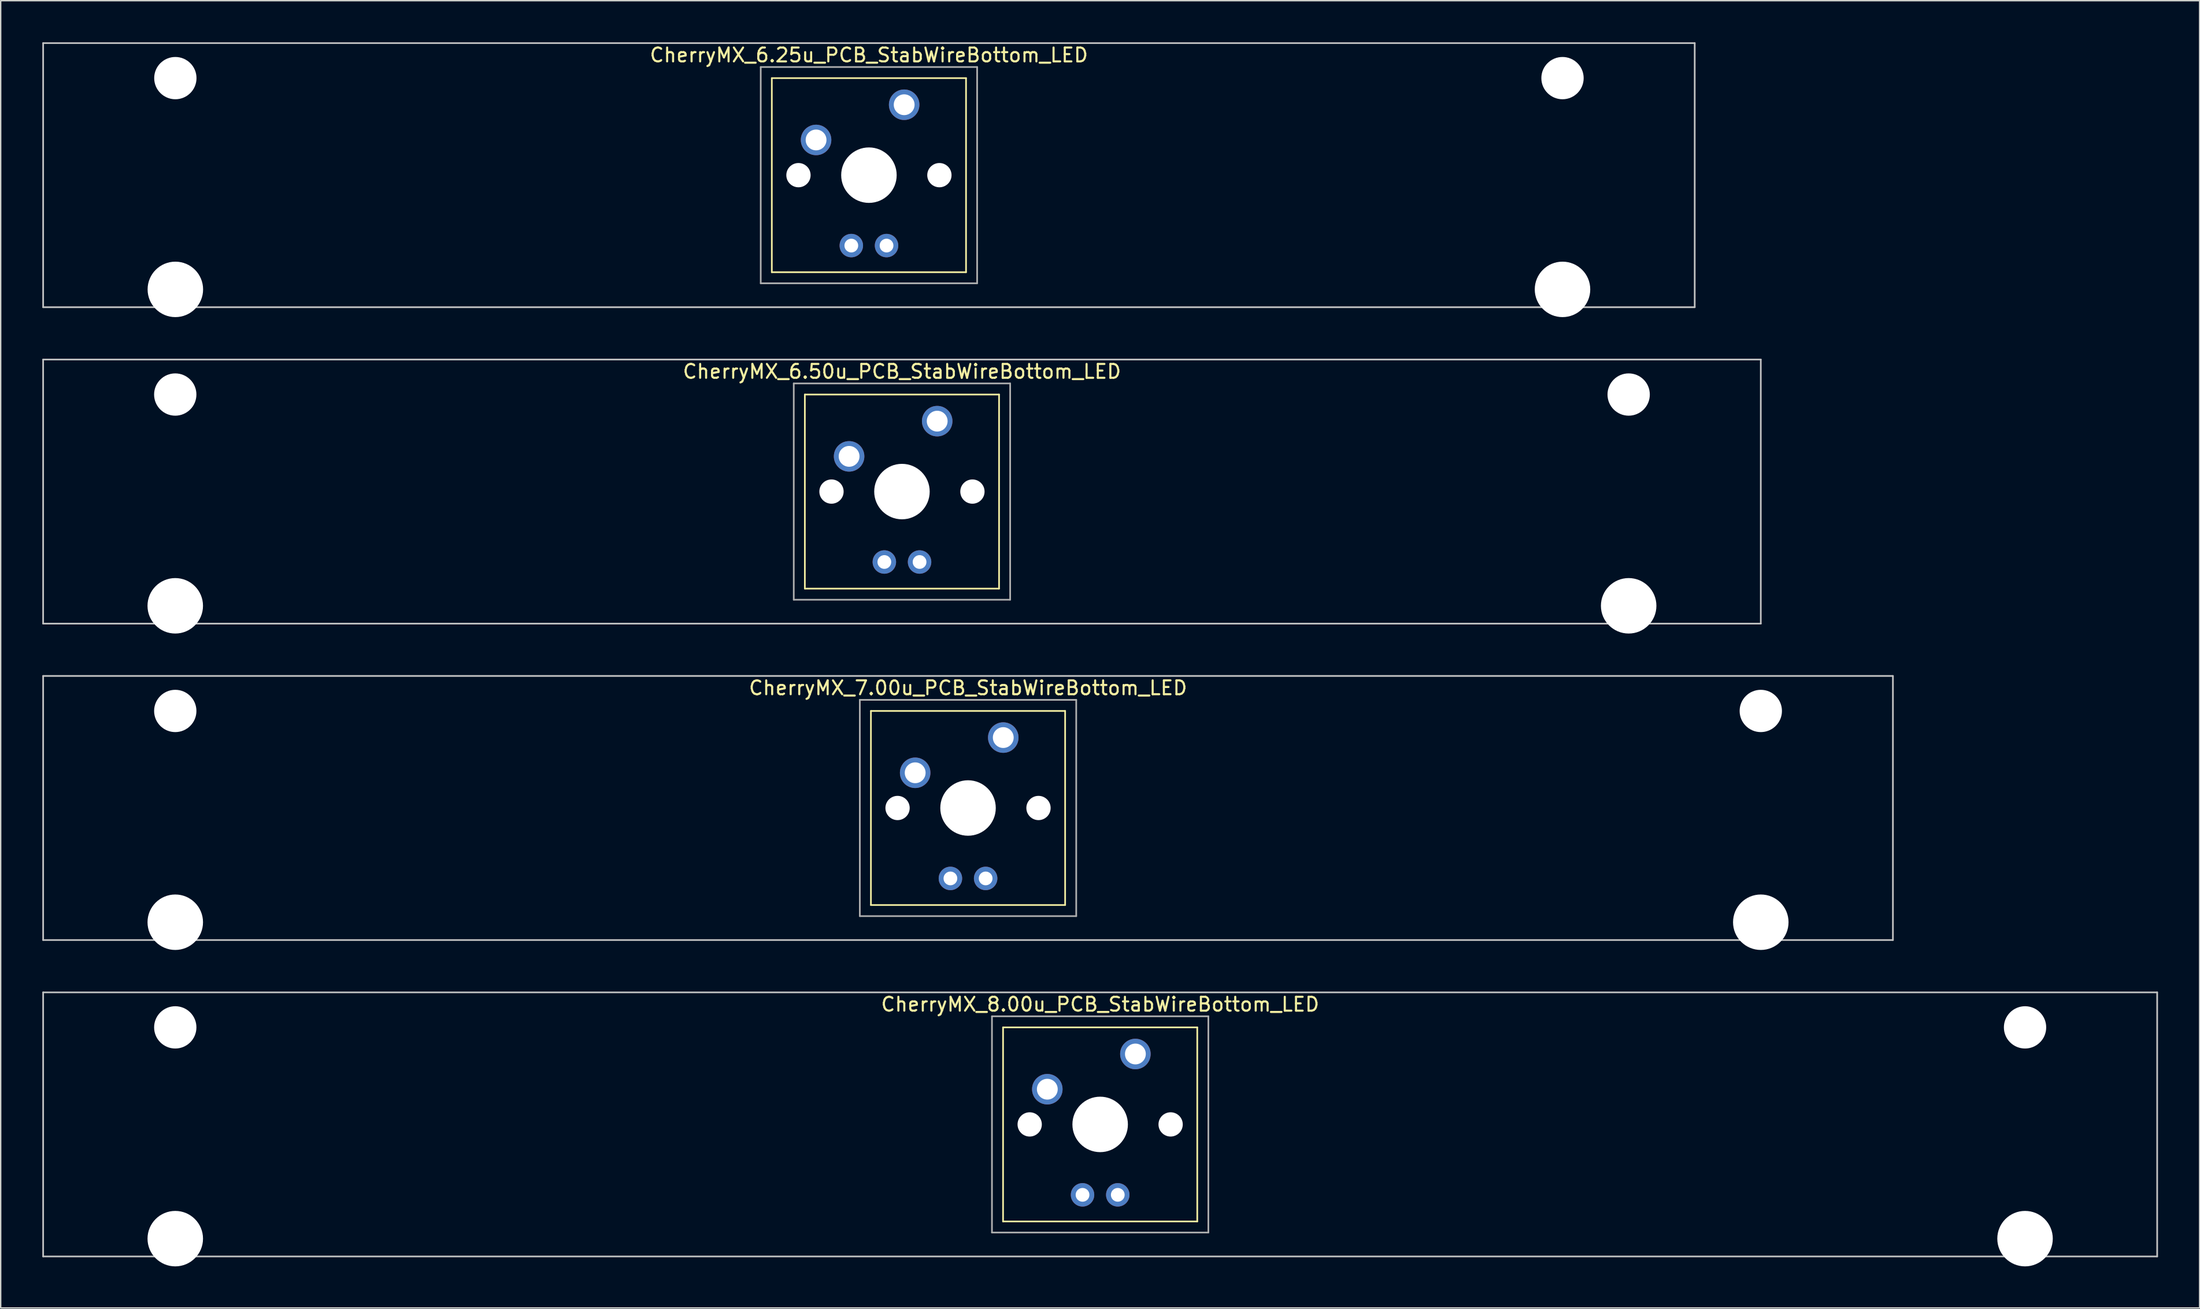
<source format=kicad_pcb>
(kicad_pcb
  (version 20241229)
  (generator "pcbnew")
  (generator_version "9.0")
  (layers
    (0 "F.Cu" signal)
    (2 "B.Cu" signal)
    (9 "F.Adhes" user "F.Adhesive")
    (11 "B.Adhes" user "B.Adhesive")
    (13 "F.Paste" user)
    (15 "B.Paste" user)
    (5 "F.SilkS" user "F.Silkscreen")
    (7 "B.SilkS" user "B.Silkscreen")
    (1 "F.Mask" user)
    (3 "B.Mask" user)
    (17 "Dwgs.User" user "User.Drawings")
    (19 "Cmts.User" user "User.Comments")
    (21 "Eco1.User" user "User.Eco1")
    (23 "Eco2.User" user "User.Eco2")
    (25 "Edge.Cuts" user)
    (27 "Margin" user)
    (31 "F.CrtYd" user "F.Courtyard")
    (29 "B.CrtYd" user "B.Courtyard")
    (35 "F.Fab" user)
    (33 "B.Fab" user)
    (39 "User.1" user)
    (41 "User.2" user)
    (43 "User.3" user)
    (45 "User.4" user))
  (footprint "CherryMX_6.50u_PCB_StabWireBottom_LED"
    (layer "F.Cu")
    (at 61.972 32.41)
    (property "Reference" "CherryMX_6.50u_PCB_StabWireBottom_LED" (at 0 -8.662 0) (layer "F.SilkS") (effects (font (size 1 1) (thickness 0.15))))
    (attr through_hole)
    (fp_line (start -7 -7) (end -7 7) (stroke (width 0.12) (type solid)) (layer "F.SilkS"))
    (fp_line (start -7 -7) (end 7 -7) (stroke (width 0.12) (type solid)) (layer "F.SilkS"))
    (fp_line (start 7 -7) (end 7 7) (stroke (width 0.12) (type solid)) (layer "F.SilkS"))
    (fp_line (start 7 7) (end -7 7) (stroke (width 0.12) (type solid)) (layer "F.SilkS"))
    (fp_line (start -61.913 -9.525) (end 61.913 -9.525) (stroke (width 0.12) (type solid)) (layer "Dwgs.User"))
    (fp_line (start -61.913 9.525) (end -61.913 -9.525) (stroke (width 0.12) (type solid)) (layer "Dwgs.User"))
    (fp_line (start 61.913 -9.525) (end 61.913 9.525) (stroke (width 0.12) (type solid)) (layer "Dwgs.User"))
    (fp_line (start 61.913 9.525) (end -61.913 9.525) (stroke (width 0.12) (type solid)) (layer "Dwgs.User"))
    (fp_line (start -7.8 -7.8) (end -7.8 7.8) (stroke (width 0.12) (type solid)) (layer "F.Fab"))
    (fp_line (start -7.8 -7.8) (end 7.8 -7.8) (stroke (width 0.12) (type solid)) (layer "F.Fab"))
    (fp_line (start -7.8 7.8) (end 7.8 7.8) (stroke (width 0.12) (type solid)) (layer "F.Fab"))
    (fp_line (start 7.8 -7.8) (end 7.8 7.8) (stroke (width 0.12) (type solid)) (layer "F.Fab"))
    (pad "" np_thru_hole circle (at -52.388 -7) (size 3.05 3.05) (drill 3.05) (layers "*.Cu" "*.Mask"))
    (pad "" np_thru_hole circle (at -52.388 8.24) (size 4 4) (drill 4) (layers "*.Cu" "*.Mask"))
    (pad "" np_thru_hole circle (at -5.08 0) (size 1.75 1.75) (drill 1.75) (layers "*.Cu" "*.Mask"))
    (pad "" np_thru_hole circle (at 0 0) (size 4 4) (drill 4) (layers "*.Cu" "*.Mask"))
    (pad "" np_thru_hole circle (at 5.08 0) (size 1.75 1.75) (drill 1.75) (layers "*.Cu" "*.Mask"))
    (pad "" np_thru_hole circle (at 52.388 -7) (size 3.05 3.05) (drill 3.05) (layers "*.Cu" "*.Mask"))
    (pad "" np_thru_hole circle (at 52.388 8.24) (size 4 4) (drill 4) (layers "*.Cu" "*.Mask"))
    (pad "1" thru_hole circle (at -3.81 -2.54) (size 2.2 2.2) (drill 1.5) (layers "*.Cu" "*.Mask"))
    (pad "2" thru_hole circle (at 2.54 -5.08) (size 2.2 2.2) (drill 1.5) (layers "*.Cu" "*.Mask"))
    (pad "3" thru_hole circle (at -1.27 5.08) (size 1.691 1.691) (drill 0.991) (layers "*.Cu" "*.Mask"))
    (pad "4" thru_hole circle (at 1.27 5.08) (size 1.691 1.691) (drill 0.991) (layers "*.Cu" "*.Mask")))
  (footprint "CherryMX_7.00u_PCB_StabWireBottom_LED"
    (layer "F.Cu")
    (at 66.735 55.235)
    (property "Reference" "CherryMX_7.00u_PCB_StabWireBottom_LED" (at 0 -8.662 0) (layer "F.SilkS") (effects (font (size 1 1) (thickness 0.15))))
    (attr through_hole)
    (fp_line (start -7 -7) (end -7 7) (stroke (width 0.12) (type solid)) (layer "F.SilkS"))
    (fp_line (start -7 -7) (end 7 -7) (stroke (width 0.12) (type solid)) (layer "F.SilkS"))
    (fp_line (start 7 -7) (end 7 7) (stroke (width 0.12) (type solid)) (layer "F.SilkS"))
    (fp_line (start 7 7) (end -7 7) (stroke (width 0.12) (type solid)) (layer "F.SilkS"))
    (fp_line (start -66.675 -9.525) (end 66.675 -9.525) (stroke (width 0.12) (type solid)) (layer "Dwgs.User"))
    (fp_line (start -66.675 9.525) (end -66.675 -9.525) (stroke (width 0.12) (type solid)) (layer "Dwgs.User"))
    (fp_line (start 66.675 -9.525) (end 66.675 9.525) (stroke (width 0.12) (type solid)) (layer "Dwgs.User"))
    (fp_line (start 66.675 9.525) (end -66.675 9.525) (stroke (width 0.12) (type solid)) (layer "Dwgs.User"))
    (fp_line (start -7.8 -7.8) (end -7.8 7.8) (stroke (width 0.12) (type solid)) (layer "F.Fab"))
    (fp_line (start -7.8 -7.8) (end 7.8 -7.8) (stroke (width 0.12) (type solid)) (layer "F.Fab"))
    (fp_line (start -7.8 7.8) (end 7.8 7.8) (stroke (width 0.12) (type solid)) (layer "F.Fab"))
    (fp_line (start 7.8 -7.8) (end 7.8 7.8) (stroke (width 0.12) (type solid)) (layer "F.Fab"))
    (pad "" np_thru_hole circle (at -57.15 -7) (size 3.05 3.05) (drill 3.05) (layers "*.Cu" "*.Mask"))
    (pad "" np_thru_hole circle (at -57.15 8.24) (size 4 4) (drill 4) (layers "*.Cu" "*.Mask"))
    (pad "" np_thru_hole circle (at -5.08 0) (size 1.75 1.75) (drill 1.75) (layers "*.Cu" "*.Mask"))
    (pad "" np_thru_hole circle (at 0 0) (size 4 4) (drill 4) (layers "*.Cu" "*.Mask"))
    (pad "" np_thru_hole circle (at 5.08 0) (size 1.75 1.75) (drill 1.75) (layers "*.Cu" "*.Mask"))
    (pad "" np_thru_hole circle (at 57.15 -7) (size 3.05 3.05) (drill 3.05) (layers "*.Cu" "*.Mask"))
    (pad "" np_thru_hole circle (at 57.15 8.24) (size 4 4) (drill 4) (layers "*.Cu" "*.Mask"))
    (pad "1" thru_hole circle (at -3.81 -2.54) (size 2.2 2.2) (drill 1.5) (layers "*.Cu" "*.Mask"))
    (pad "2" thru_hole circle (at 2.54 -5.08) (size 2.2 2.2) (drill 1.5) (layers "*.Cu" "*.Mask"))
    (pad "3" thru_hole circle (at -1.27 5.08) (size 1.691 1.691) (drill 0.991) (layers "*.Cu" "*.Mask"))
    (pad "4" thru_hole circle (at 1.27 5.08) (size 1.691 1.691) (drill 0.991) (layers "*.Cu" "*.Mask")))
  (footprint "CherryMX_6.25u_PCB_StabWireBottom_LED"
    (layer "F.Cu")
    (at 59.591 9.585)
    (property "Reference" "CherryMX_6.25u_PCB_StabWireBottom_LED" (at 0 -8.662 0) (layer "F.SilkS") (effects (font (size 1 1) (thickness 0.15))))
    (attr through_hole)
    (fp_line (start -7 -7) (end -7 7) (stroke (width 0.12) (type solid)) (layer "F.SilkS"))
    (fp_line (start -7 -7) (end 7 -7) (stroke (width 0.12) (type solid)) (layer "F.SilkS"))
    (fp_line (start 7 -7) (end 7 7) (stroke (width 0.12) (type solid)) (layer "F.SilkS"))
    (fp_line (start 7 7) (end -7 7) (stroke (width 0.12) (type solid)) (layer "F.SilkS"))
    (fp_line (start -59.531 -9.525) (end 59.531 -9.525) (stroke (width 0.12) (type solid)) (layer "Dwgs.User"))
    (fp_line (start -59.531 9.525) (end -59.531 -9.525) (stroke (width 0.12) (type solid)) (layer "Dwgs.User"))
    (fp_line (start 59.531 -9.525) (end 59.531 9.525) (stroke (width 0.12) (type solid)) (layer "Dwgs.User"))
    (fp_line (start 59.531 9.525) (end -59.531 9.525) (stroke (width 0.12) (type solid)) (layer "Dwgs.User"))
    (fp_line (start -7.8 -7.8) (end -7.8 7.8) (stroke (width 0.12) (type solid)) (layer "F.Fab"))
    (fp_line (start -7.8 -7.8) (end 7.8 -7.8) (stroke (width 0.12) (type solid)) (layer "F.Fab"))
    (fp_line (start -7.8 7.8) (end 7.8 7.8) (stroke (width 0.12) (type solid)) (layer "F.Fab"))
    (fp_line (start 7.8 -7.8) (end 7.8 7.8) (stroke (width 0.12) (type solid)) (layer "F.Fab"))
    (pad "" np_thru_hole circle (at -50 -7) (size 3.05 3.05) (drill 3.05) (layers "*.Cu" "*.Mask"))
    (pad "" np_thru_hole circle (at -50 8.24) (size 4 4) (drill 4) (layers "*.Cu" "*.Mask"))
    (pad "" np_thru_hole circle (at -5.08 0) (size 1.75 1.75) (drill 1.75) (layers "*.Cu" "*.Mask"))
    (pad "" np_thru_hole circle (at 0 0) (size 4 4) (drill 4) (layers "*.Cu" "*.Mask"))
    (pad "" np_thru_hole circle (at 5.08 0) (size 1.75 1.75) (drill 1.75) (layers "*.Cu" "*.Mask"))
    (pad "" np_thru_hole circle (at 50 -7) (size 3.05 3.05) (drill 3.05) (layers "*.Cu" "*.Mask"))
    (pad "" np_thru_hole circle (at 50 8.24) (size 4 4) (drill 4) (layers "*.Cu" "*.Mask"))
    (pad "1" thru_hole circle (at -3.81 -2.54) (size 2.2 2.2) (drill 1.5) (layers "*.Cu" "*.Mask"))
    (pad "2" thru_hole circle (at 2.54 -5.08) (size 2.2 2.2) (drill 1.5) (layers "*.Cu" "*.Mask"))
    (pad "3" thru_hole circle (at -1.27 5.08) (size 1.691 1.691) (drill 0.991) (layers "*.Cu" "*.Mask"))
    (pad "4" thru_hole circle (at 1.27 5.08) (size 1.691 1.691) (drill 0.991) (layers "*.Cu" "*.Mask")))
  (footprint "CherryMX_8.00u_PCB_StabWireBottom_LED"
    (layer "F.Cu")
    (at 76.26 78.06)
    (property "Reference" "CherryMX_8.00u_PCB_StabWireBottom_LED" (at 0 -8.662 0) (layer "F.SilkS") (effects (font (size 1 1) (thickness 0.15))))
    (attr through_hole)
    (fp_line (start -7 -7) (end -7 7) (stroke (width 0.12) (type solid)) (layer "F.SilkS"))
    (fp_line (start -7 -7) (end 7 -7) (stroke (width 0.12) (type solid)) (layer "F.SilkS"))
    (fp_line (start 7 -7) (end 7 7) (stroke (width 0.12) (type solid)) (layer "F.SilkS"))
    (fp_line (start 7 7) (end -7 7) (stroke (width 0.12) (type solid)) (layer "F.SilkS"))
    (fp_line (start -76.2 -9.525) (end 76.2 -9.525) (stroke (width 0.12) (type solid)) (layer "Dwgs.User"))
    (fp_line (start -76.2 9.525) (end -76.2 -9.525) (stroke (width 0.12) (type solid)) (layer "Dwgs.User"))
    (fp_line (start 76.2 -9.525) (end 76.2 9.525) (stroke (width 0.12) (type solid)) (layer "Dwgs.User"))
    (fp_line (start 76.2 9.525) (end -76.2 9.525) (stroke (width 0.12) (type solid)) (layer "Dwgs.User"))
    (fp_line (start -7.8 -7.8) (end -7.8 7.8) (stroke (width 0.12) (type solid)) (layer "F.Fab"))
    (fp_line (start -7.8 -7.8) (end 7.8 -7.8) (stroke (width 0.12) (type solid)) (layer "F.Fab"))
    (fp_line (start -7.8 7.8) (end 7.8 7.8) (stroke (width 0.12) (type solid)) (layer "F.Fab"))
    (fp_line (start 7.8 -7.8) (end 7.8 7.8) (stroke (width 0.12) (type solid)) (layer "F.Fab"))
    (pad "" np_thru_hole circle (at -66.675 -7) (size 3.05 3.05) (drill 3.05) (layers "*.Cu" "*.Mask"))
    (pad "" np_thru_hole circle (at -66.675 8.24) (size 4 4) (drill 4) (layers "*.Cu" "*.Mask"))
    (pad "" np_thru_hole circle (at -5.08 0) (size 1.75 1.75) (drill 1.75) (layers "*.Cu" "*.Mask"))
    (pad "" np_thru_hole circle (at 0 0) (size 4 4) (drill 4) (layers "*.Cu" "*.Mask"))
    (pad "" np_thru_hole circle (at 5.08 0) (size 1.75 1.75) (drill 1.75) (layers "*.Cu" "*.Mask"))
    (pad "" np_thru_hole circle (at 66.675 -7) (size 3.05 3.05) (drill 3.05) (layers "*.Cu" "*.Mask"))
    (pad "" np_thru_hole circle (at 66.675 8.24) (size 4 4) (drill 4) (layers "*.Cu" "*.Mask"))
    (pad "1" thru_hole circle (at -3.81 -2.54) (size 2.2 2.2) (drill 1.5) (layers "*.Cu" "*.Mask"))
    (pad "2" thru_hole circle (at 2.54 -5.08) (size 2.2 2.2) (drill 1.5) (layers "*.Cu" "*.Mask"))
    (pad "3" thru_hole circle (at -1.27 5.08) (size 1.691 1.691) (drill 0.991) (layers "*.Cu" "*.Mask"))
    (pad "4" thru_hole circle (at 1.27 5.08) (size 1.691 1.691) (drill 0.991) (layers "*.Cu" "*.Mask")))
  (gr_rect
    (start -3 -3)
    (end 155.52 91.3)
    (stroke (width 0.1) (type default))
    (fill no)
    (layer "Edge.Cuts")))
</source>
